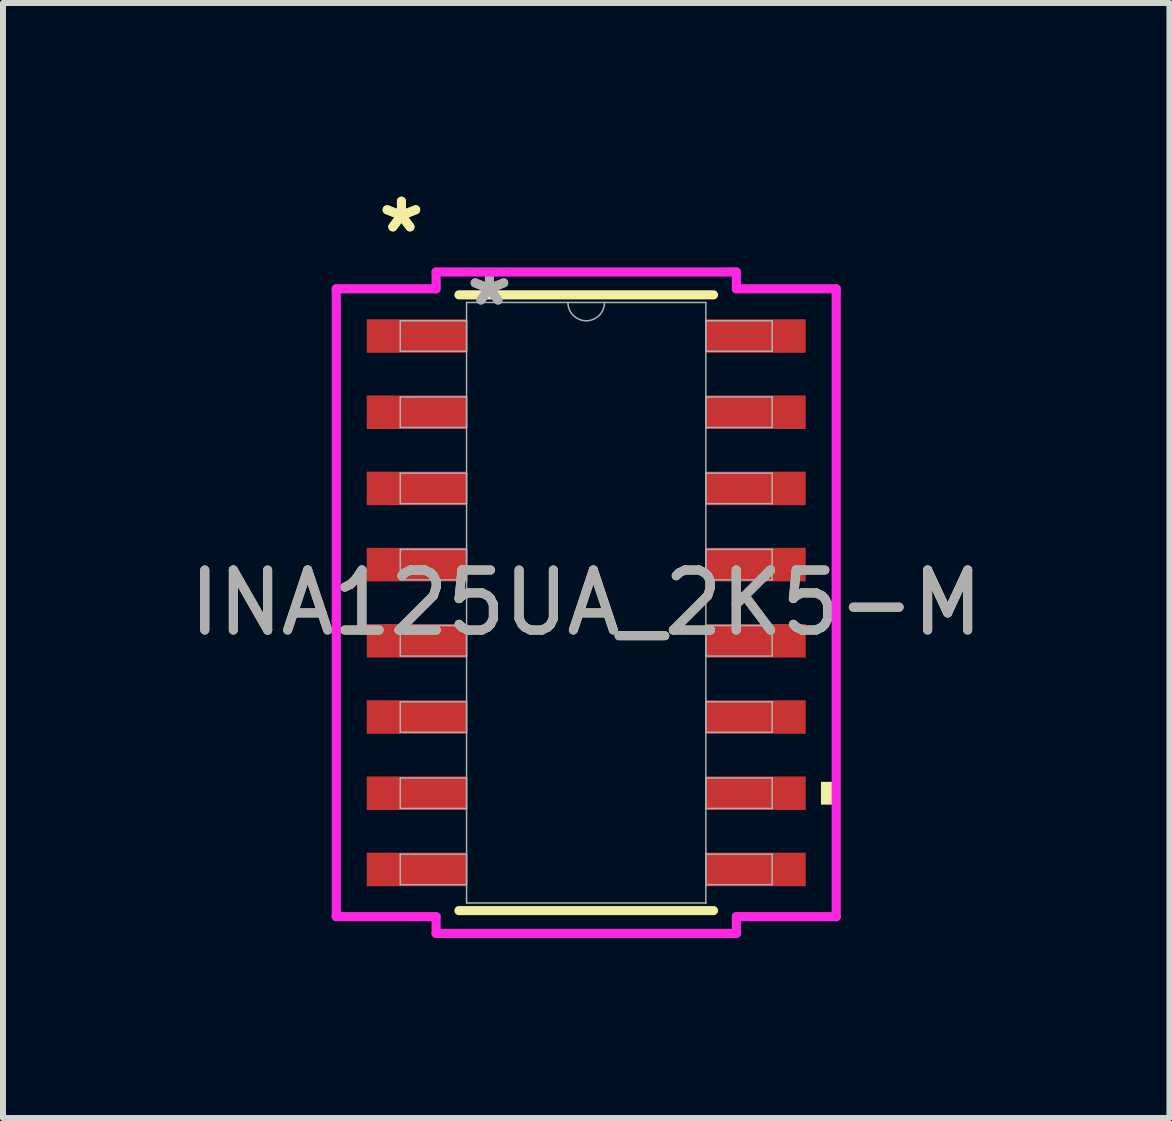
<source format=kicad_pcb>
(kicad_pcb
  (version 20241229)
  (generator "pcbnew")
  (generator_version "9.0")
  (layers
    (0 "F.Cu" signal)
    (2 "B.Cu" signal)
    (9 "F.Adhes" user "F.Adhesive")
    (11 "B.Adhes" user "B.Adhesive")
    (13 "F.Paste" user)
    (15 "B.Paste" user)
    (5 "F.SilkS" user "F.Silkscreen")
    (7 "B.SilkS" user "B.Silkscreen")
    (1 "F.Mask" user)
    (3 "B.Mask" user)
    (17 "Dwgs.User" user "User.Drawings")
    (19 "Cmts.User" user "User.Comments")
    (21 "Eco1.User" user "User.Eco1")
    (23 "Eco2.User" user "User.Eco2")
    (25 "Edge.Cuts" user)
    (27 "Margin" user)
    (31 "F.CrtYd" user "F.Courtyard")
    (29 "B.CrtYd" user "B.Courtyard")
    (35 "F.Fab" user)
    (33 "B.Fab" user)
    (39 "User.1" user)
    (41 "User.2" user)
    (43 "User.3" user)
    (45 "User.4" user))
  (footprint "INA125UA_2K5-M"
    (layer "F.Cu")
    (at 6.72 6.995)
    (property "Reference" "INA125UA_2K5-M" (at 0 0 0) (unlocked yes) (layer "F.SilkS") (effects (font (size 1 1) (thickness 0.15))))
    (attr smd)
    (fp_line (start -2.121 5.131) (end 2.121 5.131) (stroke (width 0.152) (type solid)) (layer "F.SilkS"))
    (fp_line (start 2.121 -5.131) (end -2.121 -5.131) (stroke (width 0.152) (type solid)) (layer "F.SilkS"))
    (fp_poly (pts (xy 4.166 2.985) (xy 4.166 3.365) (xy 3.912 3.365) (xy 3.912 2.985)) (stroke (width 0) (type solid)) (fill yes) (layer "F.SilkS"))
    (fp_line (start -4.166 -5.232) (end -2.502 -5.232) (stroke (width 0.152) (type solid)) (layer "F.CrtYd"))
    (fp_line (start -4.166 5.232) (end -4.166 -5.232) (stroke (width 0.152) (type solid)) (layer "F.CrtYd"))
    (fp_line (start -4.166 5.232) (end -2.502 5.232) (stroke (width 0.152) (type solid)) (layer "F.CrtYd"))
    (fp_line (start -2.502 -5.512) (end 2.502 -5.512) (stroke (width 0.152) (type solid)) (layer "F.CrtYd"))
    (fp_line (start -2.502 -5.232) (end -2.502 -5.512) (stroke (width 0.152) (type solid)) (layer "F.CrtYd"))
    (fp_line (start -2.502 5.512) (end -2.502 5.232) (stroke (width 0.152) (type solid)) (layer "F.CrtYd"))
    (fp_line (start 2.502 -5.512) (end 2.502 -5.232) (stroke (width 0.152) (type solid)) (layer "F.CrtYd"))
    (fp_line (start 2.502 5.232) (end 2.502 5.512) (stroke (width 0.152) (type solid)) (layer "F.CrtYd"))
    (fp_line (start 2.502 5.512) (end -2.502 5.512) (stroke (width 0.152) (type solid)) (layer "F.CrtYd"))
    (fp_line (start 4.166 -5.232) (end 2.502 -5.232) (stroke (width 0.152) (type solid)) (layer "F.CrtYd"))
    (fp_line (start 4.166 -5.232) (end 4.166 5.232) (stroke (width 0.152) (type solid)) (layer "F.CrtYd"))
    (fp_line (start 4.166 5.232) (end 2.502 5.232) (stroke (width 0.152) (type solid)) (layer "F.CrtYd"))
    (fp_line (start -3.099 -4.699) (end -3.099 -4.191) (stroke (width 0.025) (type solid)) (layer "F.Fab"))
    (fp_line (start -3.099 -4.191) (end -1.994 -4.191) (stroke (width 0.025) (type solid)) (layer "F.Fab"))
    (fp_line (start -3.099 -3.429) (end -3.099 -2.921) (stroke (width 0.025) (type solid)) (layer "F.Fab"))
    (fp_line (start -3.099 -2.921) (end -1.994 -2.921) (stroke (width 0.025) (type solid)) (layer "F.Fab"))
    (fp_line (start -3.099 -2.159) (end -3.099 -1.651) (stroke (width 0.025) (type solid)) (layer "F.Fab"))
    (fp_line (start -3.099 -1.651) (end -1.994 -1.651) (stroke (width 0.025) (type solid)) (layer "F.Fab"))
    (fp_line (start -3.099 -0.889) (end -3.099 -0.381) (stroke (width 0.025) (type solid)) (layer "F.Fab"))
    (fp_line (start -3.099 -0.381) (end -1.994 -0.381) (stroke (width 0.025) (type solid)) (layer "F.Fab"))
    (fp_line (start -3.099 0.381) (end -3.099 0.889) (stroke (width 0.025) (type solid)) (layer "F.Fab"))
    (fp_line (start -3.099 0.889) (end -1.994 0.889) (stroke (width 0.025) (type solid)) (layer "F.Fab"))
    (fp_line (start -3.099 1.651) (end -3.099 2.159) (stroke (width 0.025) (type solid)) (layer "F.Fab"))
    (fp_line (start -3.099 2.159) (end -1.994 2.159) (stroke (width 0.025) (type solid)) (layer "F.Fab"))
    (fp_line (start -3.099 2.921) (end -3.099 3.429) (stroke (width 0.025) (type solid)) (layer "F.Fab"))
    (fp_line (start -3.099 3.429) (end -1.994 3.429) (stroke (width 0.025) (type solid)) (layer "F.Fab"))
    (fp_line (start -3.099 4.191) (end -3.099 4.699) (stroke (width 0.025) (type solid)) (layer "F.Fab"))
    (fp_line (start -3.099 4.699) (end -1.994 4.699) (stroke (width 0.025) (type solid)) (layer "F.Fab"))
    (fp_line (start -1.994 -5.004) (end -1.994 5.004) (stroke (width 0.025) (type solid)) (layer "F.Fab"))
    (fp_line (start -1.994 -4.699) (end -3.099 -4.699) (stroke (width 0.025) (type solid)) (layer "F.Fab"))
    (fp_line (start -1.994 -4.191) (end -1.994 -4.699) (stroke (width 0.025) (type solid)) (layer "F.Fab"))
    (fp_line (start -1.994 -3.429) (end -3.099 -3.429) (stroke (width 0.025) (type solid)) (layer "F.Fab"))
    (fp_line (start -1.994 -2.921) (end -1.994 -3.429) (stroke (width 0.025) (type solid)) (layer "F.Fab"))
    (fp_line (start -1.994 -2.159) (end -3.099 -2.159) (stroke (width 0.025) (type solid)) (layer "F.Fab"))
    (fp_line (start -1.994 -1.651) (end -1.994 -2.159) (stroke (width 0.025) (type solid)) (layer "F.Fab"))
    (fp_line (start -1.994 -0.889) (end -3.099 -0.889) (stroke (width 0.025) (type solid)) (layer "F.Fab"))
    (fp_line (start -1.994 -0.381) (end -1.994 -0.889) (stroke (width 0.025) (type solid)) (layer "F.Fab"))
    (fp_line (start -1.994 0.381) (end -3.099 0.381) (stroke (width 0.025) (type solid)) (layer "F.Fab"))
    (fp_line (start -1.994 0.889) (end -1.994 0.381) (stroke (width 0.025) (type solid)) (layer "F.Fab"))
    (fp_line (start -1.994 1.651) (end -3.099 1.651) (stroke (width 0.025) (type solid)) (layer "F.Fab"))
    (fp_line (start -1.994 2.159) (end -1.994 1.651) (stroke (width 0.025) (type solid)) (layer "F.Fab"))
    (fp_line (start -1.994 2.921) (end -3.099 2.921) (stroke (width 0.025) (type solid)) (layer "F.Fab"))
    (fp_line (start -1.994 3.429) (end -1.994 2.921) (stroke (width 0.025) (type solid)) (layer "F.Fab"))
    (fp_line (start -1.994 4.191) (end -3.099 4.191) (stroke (width 0.025) (type solid)) (layer "F.Fab"))
    (fp_line (start -1.994 4.699) (end -1.994 4.191) (stroke (width 0.025) (type solid)) (layer "F.Fab"))
    (fp_line (start -1.994 5.004) (end 1.994 5.004) (stroke (width 0.025) (type solid)) (layer "F.Fab"))
    (fp_line (start 1.994 -5.004) (end -1.994 -5.004) (stroke (width 0.025) (type solid)) (layer "F.Fab"))
    (fp_line (start 1.994 -4.699) (end 1.994 -4.191) (stroke (width 0.025) (type solid)) (layer "F.Fab"))
    (fp_line (start 1.994 -4.191) (end 3.099 -4.191) (stroke (width 0.025) (type solid)) (layer "F.Fab"))
    (fp_line (start 1.994 -3.429) (end 1.994 -2.921) (stroke (width 0.025) (type solid)) (layer "F.Fab"))
    (fp_line (start 1.994 -2.921) (end 3.099 -2.921) (stroke (width 0.025) (type solid)) (layer "F.Fab"))
    (fp_line (start 1.994 -2.159) (end 1.994 -1.651) (stroke (width 0.025) (type solid)) (layer "F.Fab"))
    (fp_line (start 1.994 -1.651) (end 3.099 -1.651) (stroke (width 0.025) (type solid)) (layer "F.Fab"))
    (fp_line (start 1.994 -0.889) (end 1.994 -0.381) (stroke (width 0.025) (type solid)) (layer "F.Fab"))
    (fp_line (start 1.994 -0.381) (end 3.099 -0.381) (stroke (width 0.025) (type solid)) (layer "F.Fab"))
    (fp_line (start 1.994 0.381) (end 1.994 0.889) (stroke (width 0.025) (type solid)) (layer "F.Fab"))
    (fp_line (start 1.994 0.889) (end 3.099 0.889) (stroke (width 0.025) (type solid)) (layer "F.Fab"))
    (fp_line (start 1.994 1.651) (end 1.994 2.159) (stroke (width 0.025) (type solid)) (layer "F.Fab"))
    (fp_line (start 1.994 2.159) (end 3.099 2.159) (stroke (width 0.025) (type solid)) (layer "F.Fab"))
    (fp_line (start 1.994 2.921) (end 1.994 3.429) (stroke (width 0.025) (type solid)) (layer "F.Fab"))
    (fp_line (start 1.994 3.429) (end 3.099 3.429) (stroke (width 0.025) (type solid)) (layer "F.Fab"))
    (fp_line (start 1.994 4.191) (end 1.994 4.699) (stroke (width 0.025) (type solid)) (layer "F.Fab"))
    (fp_line (start 1.994 4.699) (end 3.099 4.699) (stroke (width 0.025) (type solid)) (layer "F.Fab"))
    (fp_line (start 1.994 5.004) (end 1.994 -5.004) (stroke (width 0.025) (type solid)) (layer "F.Fab"))
    (fp_line (start 3.099 -4.699) (end 1.994 -4.699) (stroke (width 0.025) (type solid)) (layer "F.Fab"))
    (fp_line (start 3.099 -4.191) (end 3.099 -4.699) (stroke (width 0.025) (type solid)) (layer "F.Fab"))
    (fp_line (start 3.099 -3.429) (end 1.994 -3.429) (stroke (width 0.025) (type solid)) (layer "F.Fab"))
    (fp_line (start 3.099 -2.921) (end 3.099 -3.429) (stroke (width 0.025) (type solid)) (layer "F.Fab"))
    (fp_line (start 3.099 -2.159) (end 1.994 -2.159) (stroke (width 0.025) (type solid)) (layer "F.Fab"))
    (fp_line (start 3.099 -1.651) (end 3.099 -2.159) (stroke (width 0.025) (type solid)) (layer "F.Fab"))
    (fp_line (start 3.099 -0.889) (end 1.994 -0.889) (stroke (width 0.025) (type solid)) (layer "F.Fab"))
    (fp_line (start 3.099 -0.381) (end 3.099 -0.889) (stroke (width 0.025) (type solid)) (layer "F.Fab"))
    (fp_line (start 3.099 0.381) (end 1.994 0.381) (stroke (width 0.025) (type solid)) (layer "F.Fab"))
    (fp_line (start 3.099 0.889) (end 3.099 0.381) (stroke (width 0.025) (type solid)) (layer "F.Fab"))
    (fp_line (start 3.099 1.651) (end 1.994 1.651) (stroke (width 0.025) (type solid)) (layer "F.Fab"))
    (fp_line (start 3.099 2.159) (end 3.099 1.651) (stroke (width 0.025) (type solid)) (layer "F.Fab"))
    (fp_line (start 3.099 2.921) (end 1.994 2.921) (stroke (width 0.025) (type solid)) (layer "F.Fab"))
    (fp_line (start 3.099 3.429) (end 3.099 2.921) (stroke (width 0.025) (type solid)) (layer "F.Fab"))
    (fp_line (start 3.099 4.191) (end 1.994 4.191) (stroke (width 0.025) (type solid)) (layer "F.Fab"))
    (fp_line (start 3.099 4.699) (end 3.099 4.191) (stroke (width 0.025) (type solid)) (layer "F.Fab"))
    (fp_arc (start 0.3048 -5.0038) (mid 0 -4.699) (end -0.3048 -5.0038) (stroke (width 0.0254) (type solid)) (layer "F.Fab"))
    (fp_text user "*" (at -3.08 -6.147 0) (unlocked yes) (layer "F.SilkS") (effects (font (size 1 1) (thickness 0.15))))
    (fp_text user "*" (at -3.08 -6.147 0) (layer "F.SilkS") (effects (font (size 1 1) (thickness 0.15))))
    (fp_text user "${REFERENCE}" (at 0 0 0) (unlocked yes) (layer "F.Fab") (effects (font (size 1 1) (thickness 0.15))))
    (fp_text user "*" (at -1.613 -4.928 0) (unlocked yes) (layer "F.Fab") (effects (font (size 1 1) (thickness 0.15))))
    (fp_text user "*" (at -1.613 -4.928 0) (layer "F.Fab") (effects (font (size 1 1) (thickness 0.15))))
    (pad "1" smd rect (at -2.826 -4.445) (size 1.664 0.559) (layers "F.Cu" "F.Mask" "F.Paste"))
    (pad "2" smd rect (at -2.826 -3.175) (size 1.664 0.559) (layers "F.Cu" "F.Mask" "F.Paste"))
    (pad "3" smd rect (at -2.826 -1.905) (size 1.664 0.559) (layers "F.Cu" "F.Mask" "F.Paste"))
    (pad "4" smd rect (at -2.826 -0.635) (size 1.664 0.559) (layers "F.Cu" "F.Mask" "F.Paste"))
    (pad "5" smd rect (at -2.826 0.635) (size 1.664 0.559) (layers "F.Cu" "F.Mask" "F.Paste"))
    (pad "6" smd rect (at -2.826 1.905) (size 1.664 0.559) (layers "F.Cu" "F.Mask" "F.Paste"))
    (pad "7" smd rect (at -2.826 3.175) (size 1.664 0.559) (layers "F.Cu" "F.Mask" "F.Paste"))
    (pad "8" smd rect (at -2.826 4.445) (size 1.664 0.559) (layers "F.Cu" "F.Mask" "F.Paste"))
    (pad "9" smd rect (at 2.826 4.445) (size 1.664 0.559) (layers "F.Cu" "F.Mask" "F.Paste"))
    (pad "10" smd rect (at 2.826 3.175) (size 1.664 0.559) (layers "F.Cu" "F.Mask" "F.Paste"))
    (pad "11" smd rect (at 2.826 1.905) (size 1.664 0.559) (layers "F.Cu" "F.Mask" "F.Paste"))
    (pad "12" smd rect (at 2.826 0.635) (size 1.664 0.559) (layers "F.Cu" "F.Mask" "F.Paste"))
    (pad "13" smd rect (at 2.826 -0.635) (size 1.664 0.559) (layers "F.Cu" "F.Mask" "F.Paste"))
    (pad "14" smd rect (at 2.826 -1.905) (size 1.664 0.559) (layers "F.Cu" "F.Mask" "F.Paste"))
    (pad "15" smd rect (at 2.826 -3.175) (size 1.664 0.559) (layers "F.Cu" "F.Mask" "F.Paste"))
    (pad "16" smd rect (at 2.826 -4.445) (size 1.664 0.559) (layers "F.Cu" "F.Mask" "F.Paste")))
  (gr_rect
    (start -3 -3)
    (end 16.44 15.583)
    (stroke (width 0.1) (type default))
    (fill no)
    (layer "Edge.Cuts")))
</source>
